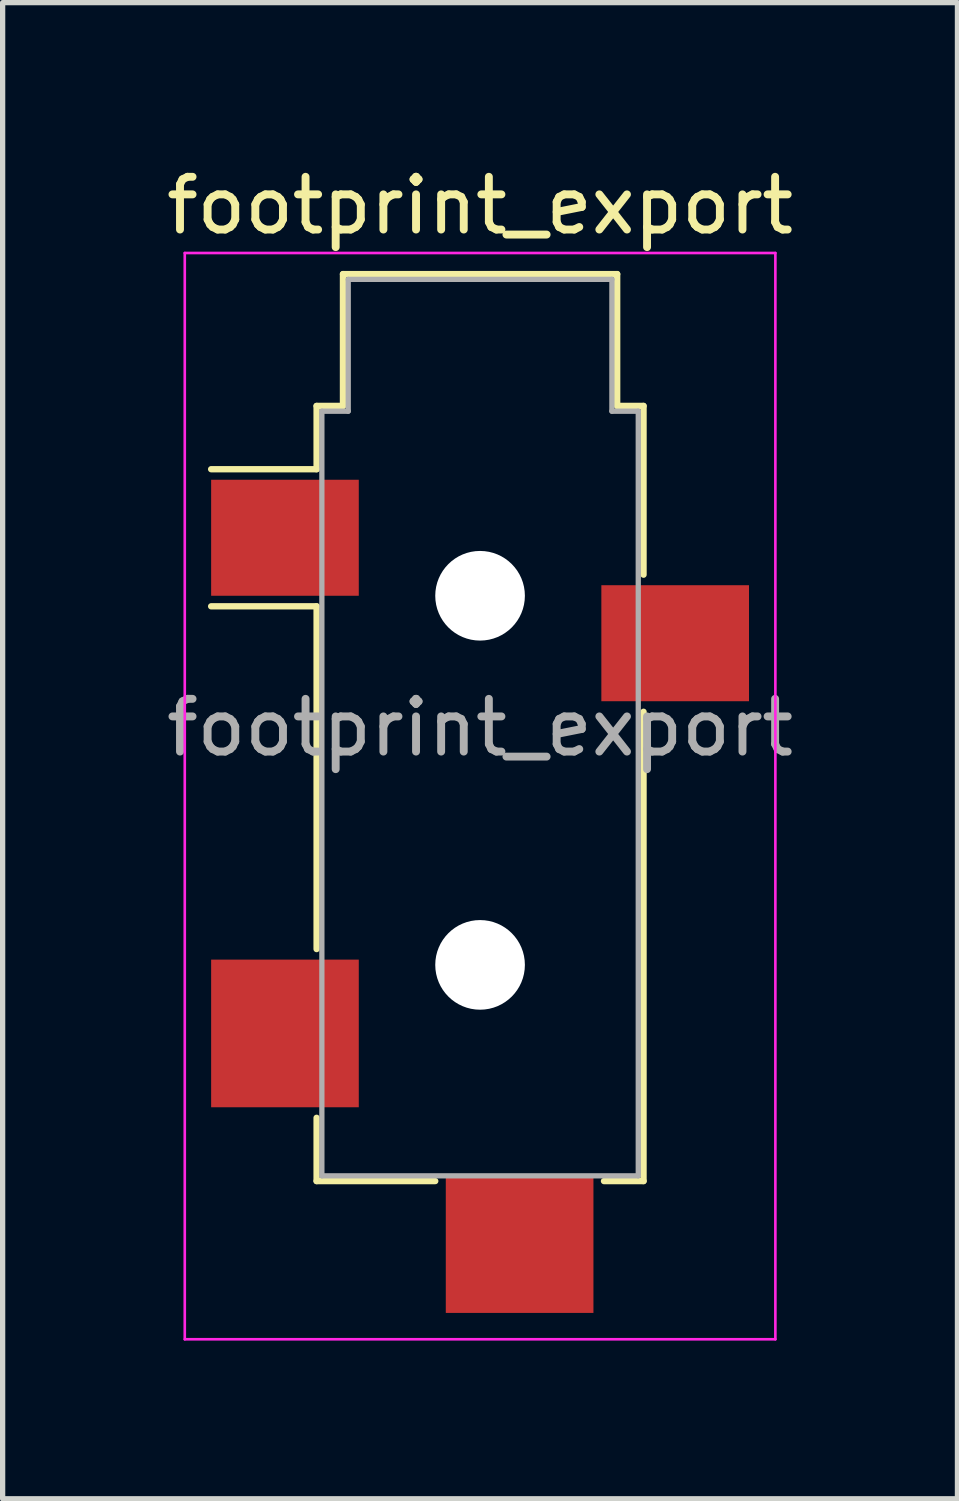
<source format=kicad_pcb>
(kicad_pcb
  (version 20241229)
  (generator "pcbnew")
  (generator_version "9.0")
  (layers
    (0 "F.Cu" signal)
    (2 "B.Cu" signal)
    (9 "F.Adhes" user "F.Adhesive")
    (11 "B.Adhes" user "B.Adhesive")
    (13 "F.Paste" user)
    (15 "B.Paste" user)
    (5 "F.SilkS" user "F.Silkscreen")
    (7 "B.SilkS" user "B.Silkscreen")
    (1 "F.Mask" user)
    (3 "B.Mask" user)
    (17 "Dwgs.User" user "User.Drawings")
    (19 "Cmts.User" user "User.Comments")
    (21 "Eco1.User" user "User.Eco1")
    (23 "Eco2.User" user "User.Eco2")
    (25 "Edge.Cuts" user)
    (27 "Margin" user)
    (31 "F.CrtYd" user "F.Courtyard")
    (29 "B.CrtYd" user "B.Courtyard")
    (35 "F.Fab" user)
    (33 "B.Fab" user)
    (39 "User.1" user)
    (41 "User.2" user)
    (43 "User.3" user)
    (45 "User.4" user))
  (footprint "footprint_export"
    (layer "F.Cu")
    (at 6.054 10.748)
    (property "Reference" "footprint_export" (at 0 -9.9 0) (layer "F.SilkS") (effects (font (size 1 1) (thickness 0.15))))
    (attr smd)
    (fp_line (start -3.1 -6.1) (end -2.6 -6.1) (stroke (width 0.12) (type solid)) (layer "F.SilkS"))
    (fp_line (start -3.1 -4.9) (end -5.1 -4.9) (stroke (width 0.12) (type solid)) (layer "F.SilkS"))
    (fp_line (start -3.1 -4.9) (end -3.1 -6.1) (stroke (width 0.12) (type solid)) (layer "F.SilkS"))
    (fp_line (start -3.1 -2.3) (end -5.1 -2.3) (stroke (width 0.12) (type solid)) (layer "F.SilkS"))
    (fp_line (start -3.1 4.2) (end -3.1 -2.3) (stroke (width 0.12) (type solid)) (layer "F.SilkS"))
    (fp_line (start -3.1 8.6) (end -3.1 7.4) (stroke (width 0.12) (type solid)) (layer "F.SilkS"))
    (fp_line (start -2.6 -8.6) (end 2.6 -8.6) (stroke (width 0.12) (type solid)) (layer "F.SilkS"))
    (fp_line (start -2.6 -6.1) (end -2.6 -8.6) (stroke (width 0.12) (type solid)) (layer "F.SilkS"))
    (fp_line (start -0.85 8.6) (end -3.1 8.6) (stroke (width 0.12) (type solid)) (layer "F.SilkS"))
    (fp_line (start 2.6 -8.6) (end 2.6 -6.1) (stroke (width 0.12) (type solid)) (layer "F.SilkS"))
    (fp_line (start 2.6 -6.1) (end 3.1 -6.1) (stroke (width 0.12) (type solid)) (layer "F.SilkS"))
    (fp_line (start 3.1 -6.1) (end 3.1 -2.9) (stroke (width 0.12) (type solid)) (layer "F.SilkS"))
    (fp_line (start 3.1 -0.3) (end 3.1 8.6) (stroke (width 0.12) (type solid)) (layer "F.SilkS"))
    (fp_line (start 3.1 8.6) (end 2.35 8.6) (stroke (width 0.12) (type solid)) (layer "F.SilkS"))
    (fp_line (start -5.6 -9) (end 5.6 -9) (stroke (width 0.05) (type solid)) (layer "F.CrtYd"))
    (fp_line (start -5.6 11.6) (end -5.6 -9) (stroke (width 0.05) (type solid)) (layer "F.CrtYd"))
    (fp_line (start 5.6 -9) (end 5.6 11.6) (stroke (width 0.05) (type solid)) (layer "F.CrtYd"))
    (fp_line (start 5.6 11.6) (end -5.6 11.6) (stroke (width 0.05) (type solid)) (layer "F.CrtYd"))
    (fp_line (start -3 -6) (end -2.5 -6) (stroke (width 0.1) (type solid)) (layer "F.Fab"))
    (fp_line (start -3 8.5) (end -3 -6) (stroke (width 0.1) (type solid)) (layer "F.Fab"))
    (fp_line (start -2.5 -8.5) (end 2.5 -8.5) (stroke (width 0.1) (type solid)) (layer "F.Fab"))
    (fp_line (start -2.5 -6) (end -2.5 -8.5) (stroke (width 0.1) (type solid)) (layer "F.Fab"))
    (fp_line (start 2.5 -8.5) (end 2.5 -6) (stroke (width 0.1) (type solid)) (layer "F.Fab"))
    (fp_line (start 2.5 -6) (end 3 -6) (stroke (width 0.1) (type solid)) (layer "F.Fab"))
    (fp_line (start 3 -6) (end 3 8.5) (stroke (width 0.1) (type solid)) (layer "F.Fab"))
    (fp_line (start 3 8.5) (end -3 8.5) (stroke (width 0.1) (type solid)) (layer "F.Fab"))
    (fp_text user "${REFERENCE}" (at 0 0 0) (layer "F.Fab") (effects (font (size 1 1) (thickness 0.15))))
    (pad "" np_thru_hole circle (at 0 -2.5) (size 1.7 1.7) (drill 1.7) (layers "*.Cu" "*.Mask"))
    (pad "" np_thru_hole circle (at 0 4.5) (size 1.7 1.7) (drill 1.7) (layers "*.Cu" "*.Mask"))
    (pad "R" smd rect (at 3.7 -1.6) (size 2.8 2.2) (layers "F.Cu" "F.Mask" "F.Paste"))
    (pad "S" smd rect (at -3.7 -3.6) (size 2.8 2.2) (layers "F.Cu" "F.Mask" "F.Paste"))
    (pad "T" smd rect (at -3.7 5.8) (size 2.8 2.8) (layers "F.Cu" "F.Mask" "F.Paste"))
    (pad "TN" smd rect (at 0.75 9.8) (size 2.8 2.6) (layers "F.Cu" "F.Mask" "F.Paste")))
  (gr_rect
    (start -3 -3)
    (end 15.107 25.373)
    (stroke (width 0.1) (type default))
    (fill no)
    (layer "Edge.Cuts")))
</source>
